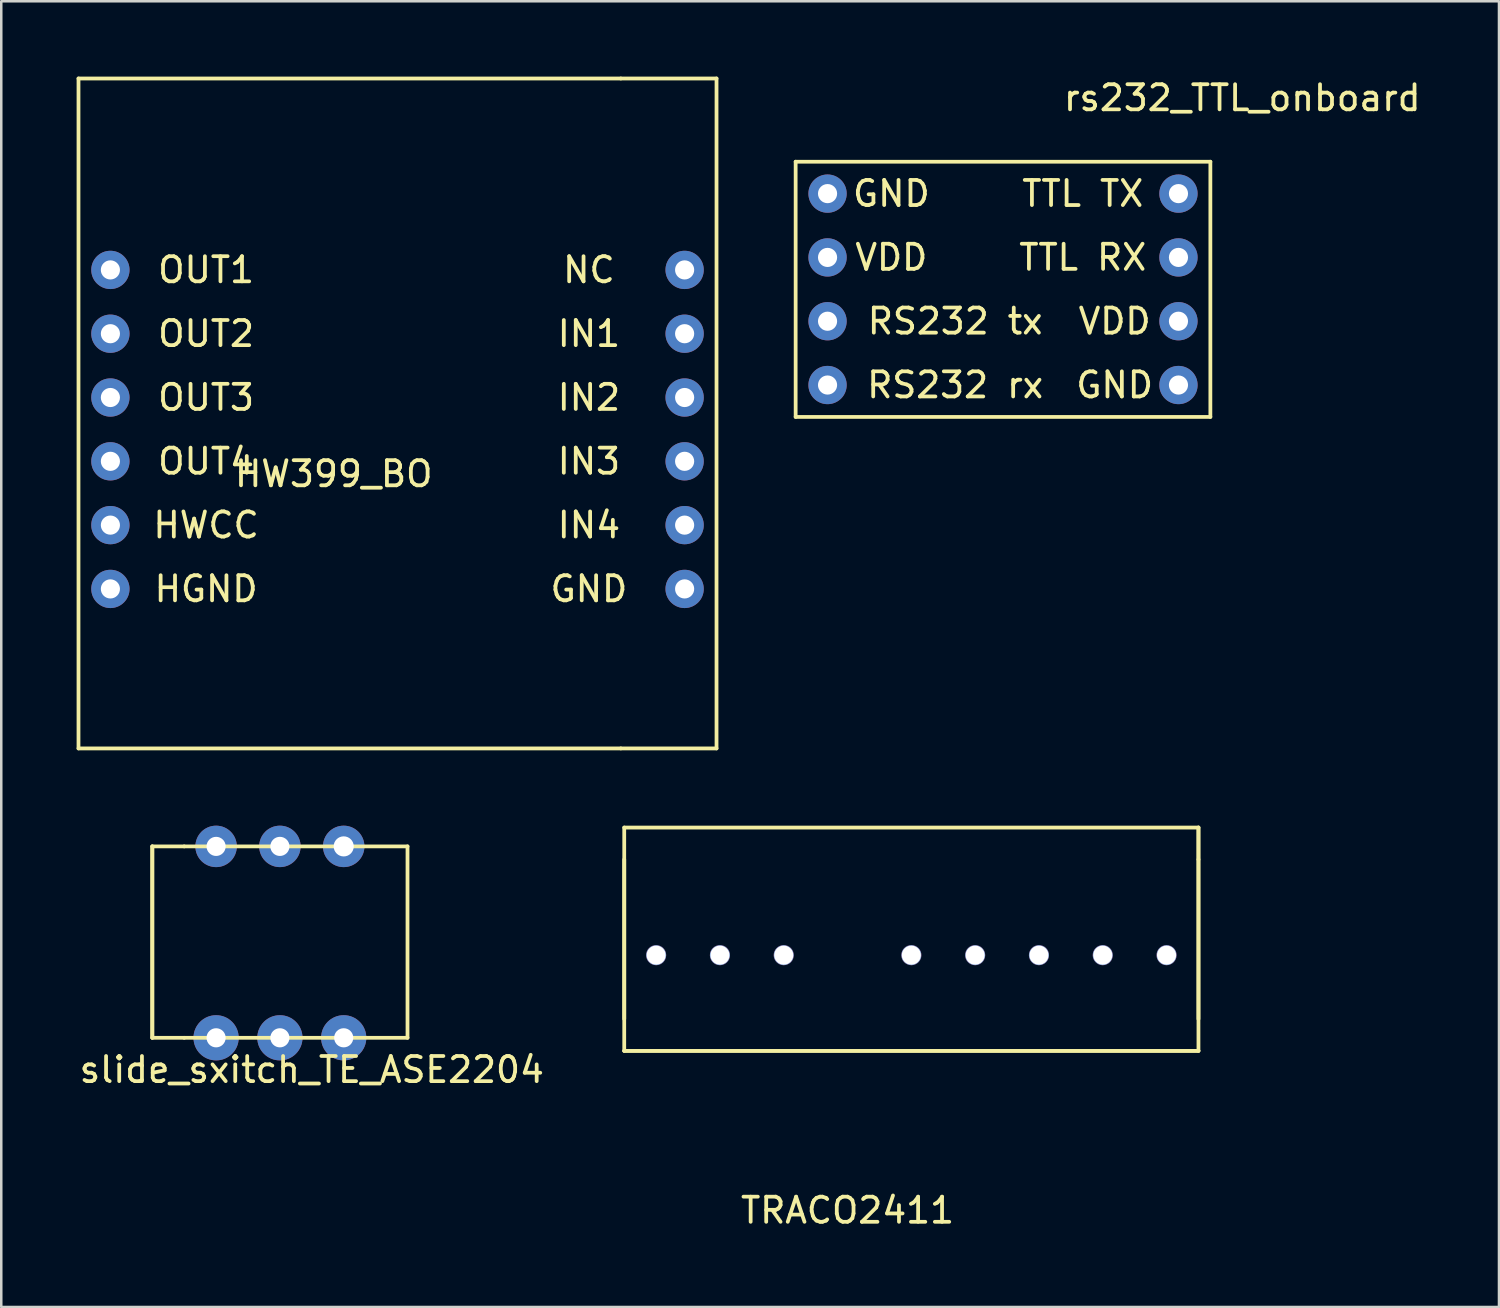
<source format=kicad_pcb>
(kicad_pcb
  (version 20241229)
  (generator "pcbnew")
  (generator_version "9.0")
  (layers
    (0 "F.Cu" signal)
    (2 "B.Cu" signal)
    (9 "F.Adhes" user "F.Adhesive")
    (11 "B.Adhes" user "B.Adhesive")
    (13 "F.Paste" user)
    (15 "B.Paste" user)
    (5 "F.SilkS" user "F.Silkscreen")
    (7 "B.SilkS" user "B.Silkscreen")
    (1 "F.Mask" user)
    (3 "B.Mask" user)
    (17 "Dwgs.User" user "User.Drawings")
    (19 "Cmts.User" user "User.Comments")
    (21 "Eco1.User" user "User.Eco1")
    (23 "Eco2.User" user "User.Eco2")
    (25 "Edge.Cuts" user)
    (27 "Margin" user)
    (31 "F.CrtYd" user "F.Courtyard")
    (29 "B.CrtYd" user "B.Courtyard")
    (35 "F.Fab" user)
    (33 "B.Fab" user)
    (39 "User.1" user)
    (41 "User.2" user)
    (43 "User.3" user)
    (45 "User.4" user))
  (footprint "HW399_BO"
    (layer "F.Cu")
    (at 10.235 12.775)
    (property "Reference" "HW399_BO" (at 0 3.04 0) (layer "F.SilkS") (effects (font (size 1 1) (thickness 0.15))))
    (attr through_hole)
    (fp_line (start -10.16 -12.7) (end -10.16 13.97) (stroke (width 0.15) (type solid)) (layer "F.SilkS"))
    (fp_line (start -10.16 13.97) (end 11.43 13.97) (stroke (width 0.15) (type solid)) (layer "F.SilkS"))
    (fp_line (start 11.43 -12.7) (end -10.16 -12.7) (stroke (width 0.15) (type solid)) (layer "F.SilkS"))
    (fp_line (start 11.43 -12.7) (end 15.24 -12.7) (stroke (width 0.15) (type solid)) (layer "F.SilkS"))
    (fp_line (start 11.43 13.97) (end 15.24 13.97) (stroke (width 0.15) (type solid)) (layer "F.SilkS"))
    (fp_line (start 15.24 13.97) (end 15.24 -12.7) (stroke (width 0.15) (type solid)) (layer "F.SilkS"))
    (fp_text user "NC" (at 10.16 -5.08 0) (layer "F.SilkS") (effects (font (size 1 1) (thickness 0.15))))
    (fp_text user "OUT3" (at -5.08 0 0) (layer "F.SilkS") (effects (font (size 1 1) (thickness 0.15))))
    (fp_text user "HWCC" (at -5.08 5.08 0) (layer "F.SilkS") (effects (font (size 1 1) (thickness 0.15))))
    (fp_text user "HGND" (at -5.08 7.62 0) (layer "F.SilkS") (effects (font (size 1 1) (thickness 0.15))))
    (fp_text user "OUT2" (at -5.08 -2.54 0) (layer "F.SilkS") (effects (font (size 1 1) (thickness 0.15))))
    (fp_text user "IN1" (at 10.16 -2.54 0) (layer "F.SilkS") (effects (font (size 1 1) (thickness 0.15))))
    (fp_text user "GND" (at 10.16 7.62 0) (layer "F.SilkS") (effects (font (size 1 1) (thickness 0.15))))
    (fp_text user "IN2" (at 10.16 0 0) (layer "F.SilkS") (effects (font (size 1 1) (thickness 0.15))))
    (fp_text user "OUT1" (at -5.08 -5.08 0) (layer "F.SilkS") (effects (font (size 1 1) (thickness 0.15))))
    (fp_text user "IN3" (at 10.16 2.54 0) (layer "F.SilkS") (effects (font (size 1 1) (thickness 0.15))))
    (fp_text user "OUT4" (at -5.08 2.54 0) (layer "F.SilkS") (effects (font (size 1 1) (thickness 0.15))))
    (fp_text user "IN4" (at 10.16 5.08 0) (layer "F.SilkS") (effects (font (size 1 1) (thickness 0.15))))
    (pad "1" thru_hole circle (at -8.89 -5.08) (size 1.524 1.524) (drill 0.762) (layers "*.Cu" "*.Mask"))
    (pad "2" thru_hole circle (at -8.89 -2.54) (size 1.524 1.524) (drill 0.762) (layers "*.Cu" "*.Mask"))
    (pad "3" thru_hole circle (at -8.89 0) (size 1.524 1.524) (drill 0.762) (layers "*.Cu" "*.Mask"))
    (pad "4" thru_hole circle (at -8.89 2.54) (size 1.524 1.524) (drill 0.762) (layers "*.Cu" "*.Mask"))
    (pad "5" thru_hole circle (at -8.89 5.08) (size 1.524 1.524) (drill 0.762) (layers "*.Cu" "*.Mask"))
    (pad "6" thru_hole circle (at -8.89 7.62) (size 1.524 1.524) (drill 0.762) (layers "*.Cu" "*.Mask"))
    (pad "7" thru_hole circle (at 13.97 -5.08) (size 1.524 1.524) (drill 0.762) (layers "*.Cu" "*.Mask"))
    (pad "8" thru_hole circle (at 13.97 -2.54) (size 1.524 1.524) (drill 0.762) (layers "*.Cu" "*.Mask"))
    (pad "9" thru_hole circle (at 13.97 0) (size 1.524 1.524) (drill 0.762) (layers "*.Cu" "*.Mask"))
    (pad "10" thru_hole circle (at 13.97 2.54) (size 1.524 1.524) (drill 0.762) (layers "*.Cu" "*.Mask"))
    (pad "11" thru_hole circle (at 13.97 5.08) (size 1.524 1.524) (drill 0.762) (layers "*.Cu" "*.Mask"))
    (pad "12" thru_hole circle (at 13.97 7.62) (size 1.524 1.524) (drill 0.762) (layers "*.Cu" "*.Mask")))
  (footprint "slide_sxitch_TE_ASE2204"
    (layer "F.Cu")
    (at 9.363 34.455)
    (property "Reference" "slide_sxitch_TE_ASE2204" (at 0 5.08 0) (layer "F.SilkS") (effects (font (size 1 1) (thickness 0.15))))
    (attr through_hole)
    (fp_line (start -6.35 -3.81) (end -6.35 3.81) (stroke (width 0.15) (type solid)) (layer "F.SilkS"))
    (fp_line (start -6.35 3.81) (end -6.35 -3.81) (stroke (width 0.15) (type solid)) (layer "F.SilkS"))
    (fp_line (start -6.35 3.81) (end -5.08 3.81) (stroke (width 0.15) (type solid)) (layer "F.SilkS"))
    (fp_line (start -5.08 -3.81) (end -6.35 -3.81) (stroke (width 0.15) (type solid)) (layer "F.SilkS"))
    (fp_line (start -5.08 -3.81) (end 3.81 -3.81) (stroke (width 0.15) (type solid)) (layer "F.SilkS"))
    (fp_line (start 3.81 -3.81) (end 3.81 3.81) (stroke (width 0.15) (type solid)) (layer "F.SilkS"))
    (fp_line (start 3.81 3.81) (end -5.08 3.81) (stroke (width 0.15) (type solid)) (layer "F.SilkS"))
    (pad "1" thru_hole circle (at -3.81 -3.81) (size 1.65 1.65) (drill 0.762) (layers "*.Cu" "*.Mask"))
    (pad "2" thru_hole circle (at -1.27 -3.81) (size 1.65 1.65) (drill 0.762) (layers "*.Cu" "*.Mask"))
    (pad "3" thru_hole circle (at 1.27 -3.81) (size 1.65 1.65) (drill 0.8) (layers "*.Cu" "*.Mask"))
    (pad "4" thru_hole circle (at -3.81 3.81) (size 1.8 1.8) (drill 0.762) (layers "*.Cu" "*.Mask"))
    (pad "5" thru_hole circle (at -1.27 3.81) (size 1.8 1.8) (drill 0.762) (layers "*.Cu" "*.Mask"))
    (pad "6" thru_hole circle (at 1.27 3.81) (size 1.8 1.8) (drill 0.762) (layers "*.Cu" "*.Mask")))
  (footprint "rs232_TTL_onboard"
    (layer "F.Cu")
    (at 40.055 4.658)
    (property "Reference" "rs232_TTL_onboard" (at 6.35 -3.81 0) (layer "F.SilkS") (effects (font (size 1 1) (thickness 0.15))))
    (attr through_hole)
    (fp_line (start -11.43 -1.27) (end -11.43 8.89) (stroke (width 0.15) (type solid)) (layer "F.SilkS"))
    (fp_line (start -11.43 8.89) (end 5.08 8.89) (stroke (width 0.15) (type solid)) (layer "F.SilkS"))
    (fp_line (start 5.08 -1.27) (end -11.43 -1.27) (stroke (width 0.15) (type solid)) (layer "F.SilkS"))
    (fp_line (start 5.08 8.89) (end 5.08 -1.27) (stroke (width 0.15) (type solid)) (layer "F.SilkS"))
    (fp_text user "TTL RX" (at 0 2.54 0) (layer "F.SilkS") (effects (font (size 1 1) (thickness 0.15))))
    (fp_text user "RS232 tx" (at -5.08 5.08 0) (layer "F.SilkS") (effects (font (size 1 1) (thickness 0.15))))
    (fp_text user "GND" (at -7.62 0 0) (layer "F.SilkS") (effects (font (size 1 1) (thickness 0.15))))
    (fp_text user "VDD" (at 1.27 5.08 0) (layer "F.SilkS") (effects (font (size 1 1) (thickness 0.15))))
    (fp_text user "TTL TX" (at 0 0 0) (layer "F.SilkS") (effects (font (size 1 1) (thickness 0.15))))
    (fp_text user "VDD" (at -7.62 2.54 0) (layer "F.SilkS") (effects (font (size 1 1) (thickness 0.15))))
    (fp_text user "GND" (at 1.27 7.62 0) (layer "F.SilkS") (effects (font (size 1 1) (thickness 0.15))))
    (fp_text user "RS232 rx" (at -5.08 7.62 0) (layer "F.SilkS") (effects (font (size 1 1) (thickness 0.15))))
    (pad "1" thru_hole circle (at -10.16 0) (size 1.524 1.524) (drill 0.762) (layers "*.Cu" "*.Mask"))
    (pad "2" thru_hole circle (at -10.16 2.54) (size 1.524 1.524) (drill 0.762) (layers "*.Cu" "*.Mask"))
    (pad "3" thru_hole circle (at -10.16 5.08) (size 1.524 1.524) (drill 0.762) (layers "*.Cu" "*.Mask"))
    (pad "4" thru_hole circle (at -10.16 7.62) (size 1.524 1.524) (drill 0.762) (layers "*.Cu" "*.Mask"))
    (pad "5" thru_hole circle (at 3.81 0) (size 1.524 1.524) (drill 0.762) (layers "*.Cu" "*.Mask"))
    (pad "6" thru_hole circle (at 3.81 2.54) (size 1.524 1.524) (drill 0.762) (layers "*.Cu" "*.Mask"))
    (pad "7" thru_hole circle (at 3.81 5.08) (size 1.524 1.524) (drill 0.762) (layers "*.Cu" "*.Mask"))
    (pad "8" thru_hole circle (at 3.81 7.62) (size 1.524 1.524) (drill 0.762) (layers "*.Cu" "*.Mask")))
  (footprint "TRACO2411"
    (layer "F.Cu")
    (at 34.501 34.975)
    (property "Reference" "TRACO2411" (at -3.81 10.16 0) (layer "F.SilkS") (effects (font (size 1 1) (thickness 0.15))))
    (attr through_hole)
    (fp_line (start -12.7 -3.81) (end -12.7 2.54) (stroke (width 0.15) (type solid)) (layer "F.SilkS"))
    (fp_line (start -12.7 3.81) (end -12.7 -5.08) (stroke (width 0.15) (type solid)) (layer "F.SilkS"))
    (fp_line (start -12.7 3.81) (end 10.16 3.81) (stroke (width 0.15) (type solid)) (layer "F.SilkS"))
    (fp_line (start 10.16 -5.08) (end -12.7 -5.08) (stroke (width 0.15) (type solid)) (layer "F.SilkS"))
    (fp_line (start 10.16 -5.08) (end 10.16 3.81) (stroke (width 0.15) (type solid)) (layer "F.SilkS"))
    (fp_line (start 10.16 -3.81) (end 10.16 -5.08) (stroke (width 0.15) (type solid)) (layer "F.SilkS"))
    (fp_line (start 10.16 2.54) (end 10.16 -3.81) (stroke (width 0.15) (type solid)) (layer "F.SilkS"))
    (fp_line (start 10.16 3.81) (end -12.7 3.81) (stroke (width 0.15) (type solid)) (layer "F.SilkS"))
    (pad "1" thru_hole circle (at -11.43 0) (size 0.8 0.8) (drill 0.762) (layers "*.Cu" "*.Mask"))
    (pad "2" thru_hole circle (at -8.89 0) (size 0.8 0.8) (drill 0.762) (layers "*.Cu" "*.Mask"))
    (pad "3" thru_hole circle (at -6.35 0) (size 0.8 0.8) (drill 0.762) (layers "*.Cu" "*.Mask"))
    (pad "4" thru_hole circle (at -1.27 0) (size 0.8 0.8) (drill 0.762) (layers "*.Cu" "*.Mask"))
    (pad "5" thru_hole circle (at 1.27 0) (size 0.8 0.8) (drill 0.762) (layers "*.Cu" "*.Mask"))
    (pad "6" thru_hole circle (at 3.81 0) (size 0.8 0.8) (drill 0.762) (layers "*.Cu" "*.Mask"))
    (pad "7" thru_hole circle (at 6.35 0) (size 0.8 0.8) (drill 0.762) (layers "*.Cu" "*.Mask"))
    (pad "8" thru_hole circle (at 8.89 0) (size 0.8 0.8) (drill 0.762) (layers "*.Cu" "*.Mask")))
  (gr_rect
    (start -3 -3)
    (end 56.625 48.983)
    (stroke (width 0.1) (type default))
    (fill no)
    (layer "Edge.Cuts")))
</source>
